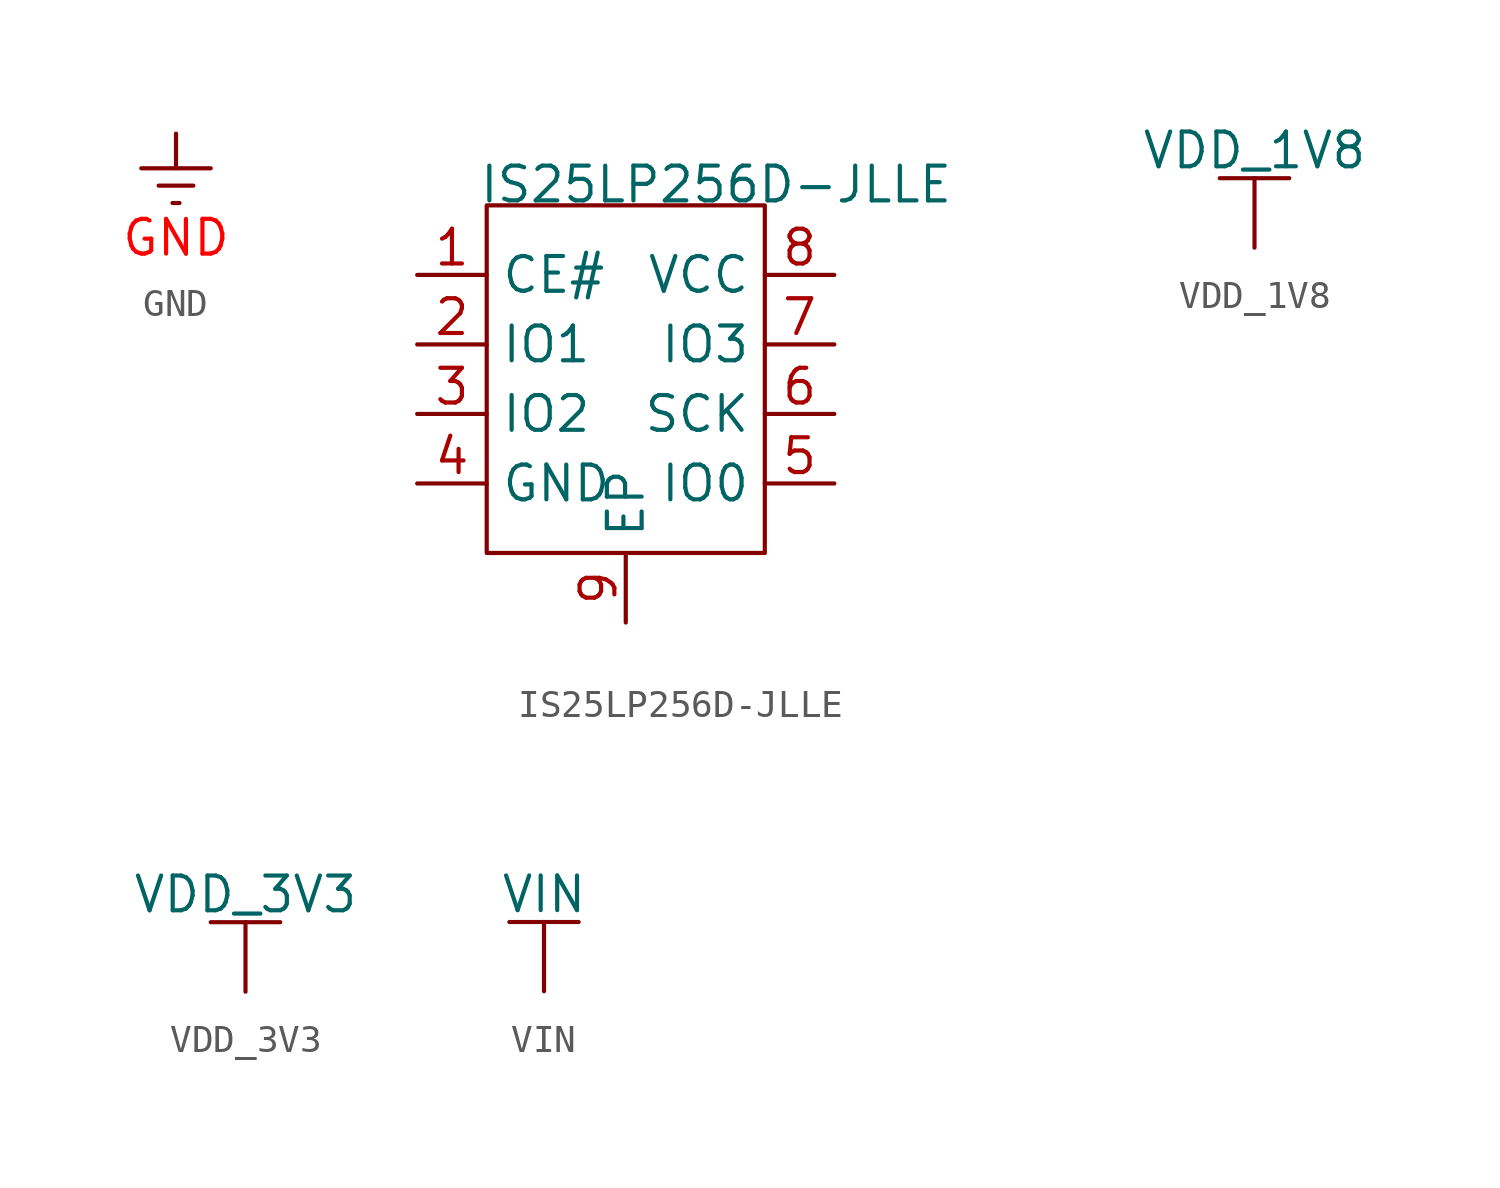
<source format=kicad_sym>
(kicad_symbol_lib
  (version 20230620)
  (generator kicad_symbol_editor)
  (symbol "GND"
    (power)
    (pin_numbers hide)
    (pin_names
      (offset 0) hide)
    (property "Reference" "#PWR"
      (at 0 -6.35 0)
      (effects (font (size 1.27 1.27)) hide))
    (property "Value" "GND"
      (at 0 -3.81 0)
      (effects (font (size 1.27 1.27) (color 255 0 0 1))))
    (symbol "GND_0_1"
      (polyline (pts (xy -0.635 -1.905) (xy 0.635 -1.905)) (stroke (width 0) (type default)) (fill (type none)))
      (polyline (pts (xy -0.127 -2.54) (xy 0.127 -2.54)) (stroke (width 0) (type default)) (fill (type none)))
      (polyline (pts (xy 0 -1.27) (xy 0 0)) (stroke (width 0) (type default)) (fill (type none)))
      (polyline (pts (xy 1.27 -1.27) (xy -1.27 -1.27)) (stroke (width 0) (type default)) (fill (type none))))
    (symbol "GND_1_1"
      (pin power_in line (at 0 0 270) (length 0) hide (name "GND" (effects (font (size 1.27 1.27)))) (number "1" (effects (font (size 1.27 1.27)))))))
  (symbol "IS25LP256D-JLLE"
    (property "Reference" "U"
      (at 0.381 2.286 0)
      (effects (font (size 1.27 1.27)) hide))
    (property "Value" "IS25LP256D-JLLE"
      (at 8.382 0.762 0)
      (effects (font (size 1.27 1.27))))
    (symbol "IS25LP256D-JLLE_0_1"
      (rectangle (start 0 0) (end 10.16 -12.7) (stroke (width 0) (type default)) (fill (type none))))
    (symbol "IS25LP256D-JLLE_1_1"
      (pin input line (at -2.54 -2.54 0) (length 2.54) (name "CE#" (effects (font (size 1.27 1.27)))) (number "1" (effects (font (size 1.27 1.27)))))
      (pin input line (at -2.54 -5.08 0) (length 2.54) (name "IO1" (effects (font (size 1.27 1.27)))) (number "2" (effects (font (size 1.27 1.27)))))
      (pin input line (at -2.54 -7.62 0) (length 2.54) (name "IO2" (effects (font (size 1.27 1.27)))) (number "3" (effects (font (size 1.27 1.27)))))
      (pin input line (at -2.54 -10.16 0) (length 2.54) (name "GND" (effects (font (size 1.27 1.27)))) (number "4" (effects (font (size 1.27 1.27)))))
      (pin input line (at 12.7 -10.16 180) (length 2.54) (name "IO0" (effects (font (size 1.27 1.27)))) (number "5" (effects (font (size 1.27 1.27)))))
      (pin input line (at 12.7 -7.62 180) (length 2.54) (name "SCK" (effects (font (size 1.27 1.27)))) (number "6" (effects (font (size 1.27 1.27)))))
      (pin input line (at 12.7 -5.08 180) (length 2.54) (name "IO3" (effects (font (size 1.27 1.27)))) (number "7" (effects (font (size 1.27 1.27)))))
      (pin input line (at 12.7 -2.54 180) (length 2.54) (name "VCC" (effects (font (size 1.27 1.27)))) (number "8" (effects (font (size 1.27 1.27)))))
      (pin input line (at 5.08 -15.24 90) (length 2.54) (name "EP" (effects (font (size 1.27 1.27)))) (number "9" (effects (font (size 1.27 1.27)))))))
  (symbol "VDD_1V8"
    (power)
    (pin_numbers hide)
    (pin_names
      (offset 0) hide)
    (property "Reference" "#PWR"
      (at 0 -1.27 0)
      (effects (font (size 1.27 1.27)) hide))
    (property "Value" "VDD_1V8"
      (at 0 3.556 0)
      (effects (font (size 1.27 1.27))))
    (symbol "VDD_1V8_0_1"
      (polyline (pts (xy 0 0) (xy 0 2.54)) (stroke (width 0) (type default)) (fill (type none)))
      (polyline (pts (xy 1.27 2.54) (xy -1.27 2.54)) (stroke (width 0) (type default)) (fill (type none))))
    (symbol "VDD_1V8_1_1"
      (pin power_in line (at 0 0 90) (length 0) hide (name "VDD_1V8" (effects (font (size 1.27 1.27)))) (number "1" (effects (font (size 1.27 1.27)))))))
  (symbol "VDD_3V3"
    (power)
    (pin_numbers hide)
    (pin_names
      (offset 0) hide)
    (property "Reference" "#PWR"
      (at 0 -1.27 0)
      (effects (font (size 1.27 1.27)) hide))
    (property "Value" "VDD_3V3"
      (at 0 3.556 0)
      (effects (font (size 1.27 1.27))))
    (symbol "VDD_3V3_0_1"
      (polyline (pts (xy 0 0) (xy 0 2.54)) (stroke (width 0) (type default)) (fill (type none)))
      (polyline (pts (xy 1.27 2.54) (xy -1.27 2.54)) (stroke (width 0) (type default)) (fill (type none))))
    (symbol "VDD_3V3_1_1"
      (pin power_in line (at 0 0 90) (length 0) hide (name "VDD_3V3" (effects (font (size 1.27 1.27)))) (number "1" (effects (font (size 1.27 1.27)))))))
  (symbol "VIN"
    (power)
    (pin_numbers hide)
    (pin_names
      (offset 0) hide)
    (property "Reference" "#PWR"
      (at 0 -1.27 0)
      (effects (font (size 1.27 1.27)) hide))
    (property "Value" "VIN"
      (at 0 3.556 0)
      (effects (font (size 1.27 1.27))))
    (symbol "VIN_0_1"
      (polyline (pts (xy 0 0) (xy 0 2.54)) (stroke (width 0) (type default)) (fill (type none)))
      (polyline (pts (xy 1.27 2.54) (xy -1.27 2.54)) (stroke (width 0) (type default)) (fill (type none))))
    (symbol "VIN_1_1"
      (pin power_in line (at 0 0 90) (length 0) hide (name "VIN" (effects (font (size 1.27 1.27)))) (number "1" (effects (font (size 1.27 1.27))))))))
</source>
